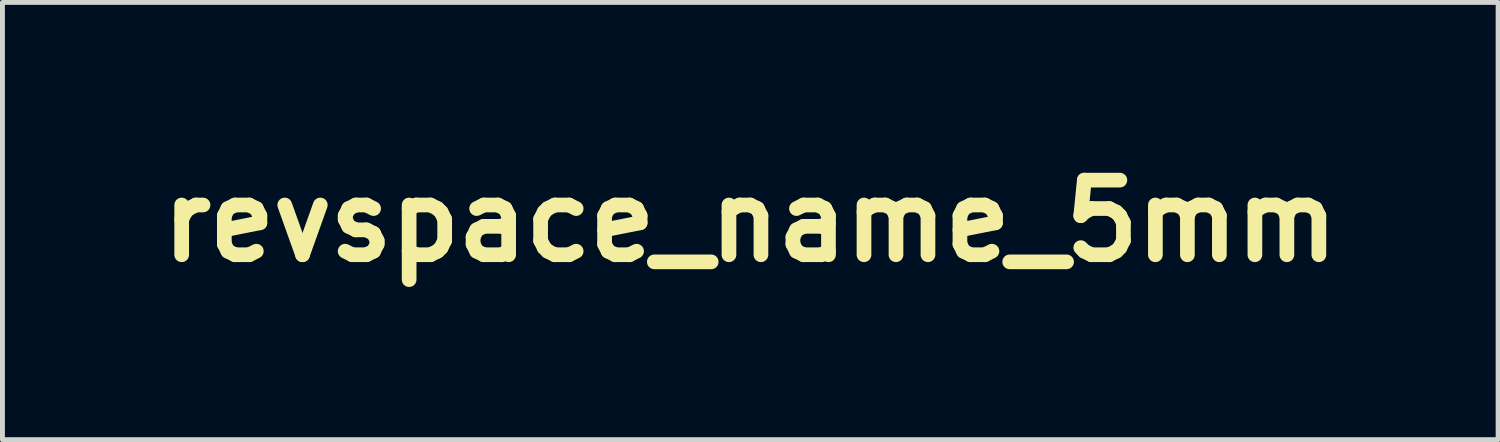
<source format=kicad_pcb>
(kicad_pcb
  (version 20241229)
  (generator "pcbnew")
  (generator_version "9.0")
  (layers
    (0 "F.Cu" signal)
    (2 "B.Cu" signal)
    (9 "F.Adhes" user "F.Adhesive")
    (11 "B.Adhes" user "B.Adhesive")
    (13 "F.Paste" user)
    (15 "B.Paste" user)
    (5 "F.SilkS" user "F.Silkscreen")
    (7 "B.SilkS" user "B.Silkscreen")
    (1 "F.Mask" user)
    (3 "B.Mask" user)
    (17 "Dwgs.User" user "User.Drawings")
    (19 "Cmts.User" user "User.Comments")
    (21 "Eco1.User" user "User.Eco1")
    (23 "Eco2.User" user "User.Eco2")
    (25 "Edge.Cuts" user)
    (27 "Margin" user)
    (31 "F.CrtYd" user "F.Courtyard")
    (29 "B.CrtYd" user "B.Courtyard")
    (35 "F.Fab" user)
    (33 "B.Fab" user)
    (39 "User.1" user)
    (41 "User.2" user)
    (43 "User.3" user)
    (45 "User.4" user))
  (footprint "revspace_name_5mm"
    (layer "F.Cu")
    (at 12.272 1.463)
    (property "Reference" "revspace_name_5mm" (at 0 0 0) (layer "F.SilkS") (effects (font (size 1.524 1.524) (thickness 0.3))))
    (attr through_hole)
    (fp_poly (pts (xy 1.538 0.361) (xy 1.605 0.398) (xy 1.644 0.452) (xy 1.651 0.494) (xy 1.632 0.553) (xy 1.585 0.604) (xy 1.522 0.637) (xy 1.456 0.646) (xy 1.419 0.635) (xy 1.382 0.603) (xy 1.384 0.562) (xy 1.426 0.511) (xy 1.428 0.509) (xy 1.46 0.471) (xy 1.47 0.443) (xy 1.469 0.441) (xy 1.439 0.427) (xy 1.384 0.424) (xy 1.319 0.432) (xy 1.262 0.449) (xy 1.253 0.453) (xy 1.173 0.511) (xy 1.104 0.589) (xy 1.049 0.68) (xy 1.011 0.776) (xy 0.995 0.867) (xy 1.002 0.946) (xy 1.036 1.004) (xy 1.037 1.005) (xy 1.097 1.033) (xy 1.177 1.036) (xy 1.266 1.014) (xy 1.351 0.971) (xy 1.372 0.956) (xy 1.44 0.907) (xy 1.483 0.891) (xy 1.502 0.906) (xy 1.503 0.917) (xy 1.486 0.948) (xy 1.443 0.992) (xy 1.383 1.04) (xy 1.317 1.083) (xy 1.26 1.112) (xy 1.192 1.13) (xy 1.103 1.14) (xy 1.01 1.14) (xy 0.931 1.132) (xy 0.9 1.123) (xy 0.826 1.074) (xy 0.782 1.003) (xy 0.768 0.916) (xy 0.78 0.819) (xy 0.818 0.718) (xy 0.879 0.618) (xy 0.961 0.526) (xy 1.064 0.446) (xy 1.123 0.412) (xy 1.235 0.368) (xy 1.346 0.345) (xy 1.449 0.343) (xy 1.538 0.361)) (stroke (width 0.01) (type solid)) (fill yes) (layer "F.Mask"))
    (fp_poly (pts (xy 0.798 -1.059) (xy 0.871 -1.054) (xy 0.924 -1.046) (xy 0.947 -1.035) (xy 0.947 -1.032) (xy 0.923 -1.011) (xy 0.873 -0.991) (xy 0.861 -0.988) (xy 0.824 -0.977) (xy 0.8 -0.961) (xy 0.787 -0.932) (xy 0.785 -0.884) (xy 0.791 -0.81) (xy 0.806 -0.702) (xy 0.811 -0.667) (xy 0.836 -0.499) (xy 1.021 -0.709) (xy 1.09 -0.789) (xy 1.147 -0.859) (xy 1.188 -0.913) (xy 1.206 -0.943) (xy 1.206 -0.946) (xy 1.188 -0.971) (xy 1.153 -0.986) (xy 1.108 -1.003) (xy 1.102 -1.019) (xy 1.133 -1.034) (xy 1.196 -1.046) (xy 1.289 -1.053) (xy 1.309 -1.054) (xy 1.404 -1.055) (xy 1.464 -1.053) (xy 1.495 -1.044) (xy 1.503 -1.032) (xy 1.485 -1.007) (xy 1.441 -0.981) (xy 1.43 -0.977) (xy 1.375 -0.944) (xy 1.296 -0.877) (xy 1.193 -0.775) (xy 1.068 -0.641) (xy 0.92 -0.473) (xy 0.899 -0.449) (xy 0.818 -0.359) (xy 0.757 -0.302) (xy 0.714 -0.278) (xy 0.704 -0.276) (xy 0.667 -0.283) (xy 0.656 -0.296) (xy 0.653 -0.324) (xy 0.646 -0.386) (xy 0.634 -0.473) (xy 0.62 -0.579) (xy 0.613 -0.63) (xy 0.594 -0.759) (xy 0.577 -0.853) (xy 0.56 -0.917) (xy 0.54 -0.958) (xy 0.516 -0.984) (xy 0.484 -0.999) (xy 0.48 -1.001) (xy 0.469 -1.021) (xy 0.474 -1.033) (xy 0.5 -1.045) (xy 0.555 -1.053) (xy 0.63 -1.058) (xy 0.714 -1.06) (xy 0.798 -1.059)) (stroke (width 0.01) (type solid)) (fill yes) (layer "F.Mask"))
    (fp_poly (pts (xy 2.316 0.347) (xy 2.362 0.366) (xy 2.392 0.385) (xy 2.459 0.455) (xy 2.493 0.546) (xy 2.49 0.653) (xy 2.486 0.672) (xy 2.466 0.751) (xy 2.139 0.762) (xy 1.811 0.773) (xy 1.793 0.836) (xy 1.785 0.92) (xy 1.81 0.985) (xy 1.862 1.029) (xy 1.935 1.051) (xy 2.024 1.049) (xy 2.123 1.022) (xy 2.227 0.968) (xy 2.237 0.961) (xy 2.305 0.92) (xy 2.354 0.901) (xy 2.378 0.905) (xy 2.374 0.93) (xy 2.34 0.973) (xy 2.227 1.06) (xy 2.088 1.115) (xy 1.926 1.137) (xy 1.817 1.136) (xy 1.74 1.124) (xy 1.702 1.109) (xy 1.622 1.047) (xy 1.579 0.966) (xy 1.573 0.868) (xy 1.605 0.754) (xy 1.61 0.741) (xy 1.664 0.653) (xy 1.863 0.653) (xy 1.863 0.653) (xy 1.882 0.666) (xy 1.94 0.674) (xy 2.038 0.677) (xy 2.063 0.677) (xy 2.158 0.676) (xy 2.22 0.672) (xy 2.256 0.664) (xy 2.277 0.649) (xy 2.285 0.636) (xy 2.304 0.576) (xy 2.305 0.51) (xy 2.289 0.458) (xy 2.282 0.449) (xy 2.246 0.433) (xy 2.187 0.424) (xy 2.162 0.423) (xy 2.108 0.427) (xy 2.065 0.441) (xy 2.02 0.474) (xy 1.965 0.526) (xy 1.914 0.581) (xy 1.877 0.627) (xy 1.863 0.653) (xy 1.664 0.653) (xy 1.693 0.606) (xy 1.807 0.494) (xy 1.943 0.408) (xy 2.094 0.356) (xy 2.18 0.344) (xy 2.261 0.341) (xy 2.316 0.347)) (stroke (width 0.01) (type solid)) (fill yes) (layer "F.Mask"))
    (fp_poly (pts (xy 0.249 -1.06) (xy 0.34 -1.017) (xy 0.399 -0.949) (xy 0.423 -0.857) (xy 0.423 -0.839) (xy 0.423 -0.771) (xy 0.418 -0.723) (xy 0.404 -0.69) (xy 0.373 -0.671) (xy 0.321 -0.66) (xy 0.24 -0.657) (xy 0.125 -0.656) (xy 0.073 -0.656) (xy -0.252 -0.656) (xy -0.273 -0.58) (xy -0.282 -0.493) (xy -0.259 -0.423) (xy -0.214 -0.382) (xy -0.134 -0.361) (xy -0.036 -0.367) (xy 0.069 -0.397) (xy 0.169 -0.448) (xy 0.228 -0.493) (xy 0.266 -0.521) (xy 0.292 -0.519) (xy 0.302 -0.51) (xy 0.313 -0.487) (xy 0.295 -0.458) (xy 0.265 -0.43) (xy 0.155 -0.357) (xy 0.027 -0.303) (xy -0.105 -0.271) (xy -0.23 -0.265) (xy -0.291 -0.274) (xy -0.393 -0.317) (xy -0.463 -0.383) (xy -0.498 -0.47) (xy -0.496 -0.571) (xy -0.486 -0.606) (xy -0.424 -0.739) (xy -0.422 -0.742) (xy -0.212 -0.742) (xy -0.193 -0.729) (xy -0.142 -0.721) (xy -0.072 -0.719) (xy 0.009 -0.722) (xy 0.088 -0.729) (xy 0.156 -0.74) (xy 0.201 -0.754) (xy 0.213 -0.763) (xy 0.228 -0.812) (xy 0.232 -0.876) (xy 0.224 -0.936) (xy 0.207 -0.969) (xy 0.161 -0.99) (xy 0.093 -0.993) (xy 0.018 -0.978) (xy -0.035 -0.954) (xy -0.088 -0.913) (xy -0.142 -0.857) (xy -0.186 -0.8) (xy -0.21 -0.753) (xy -0.212 -0.742) (xy -0.422 -0.742) (xy -0.334 -0.855) (xy -0.222 -0.951) (xy -0.095 -1.023) (xy 0.038 -1.065) (xy 0.172 -1.073) (xy 0.249 -1.06)) (stroke (width 0.01) (type solid)) (fill yes) (layer "F.Mask"))
    (fp_poly (pts (xy 0.56 0.355) (xy 0.65 0.374) (xy 0.706 0.408) (xy 0.733 0.458) (xy 0.736 0.476) (xy 0.731 0.524) (xy 0.711 0.601) (xy 0.68 0.697) (xy 0.657 0.758) (xy 0.614 0.87) (xy 0.587 0.948) (xy 0.575 0.998) (xy 0.579 1.025) (xy 0.598 1.035) (xy 0.632 1.033) (xy 0.646 1.031) (xy 0.701 1.028) (xy 0.717 1.043) (xy 0.695 1.072) (xy 0.669 1.091) (xy 0.6 1.122) (xy 0.527 1.136) (xy 0.458 1.133) (xy 0.407 1.113) (xy 0.382 1.077) (xy 0.381 1.068) (xy 0.38 1.048) (xy 0.372 1.041) (xy 0.348 1.046) (xy 0.298 1.067) (xy 0.251 1.088) (xy 0.113 1.135) (xy -0.021 1.153) (xy -0.126 1.143) (xy -0.204 1.11) (xy -0.244 1.06) (xy -0.246 0.992) (xy -0.238 0.975) (xy -0.029 0.975) (xy -0.014 1.019) (xy 0.029 1.048) (xy 0.096 1.057) (xy 0.182 1.042) (xy 0.227 1.026) (xy 0.289 0.995) (xy 0.34 0.962) (xy 0.345 0.957) (xy 0.376 0.92) (xy 0.412 0.865) (xy 0.444 0.807) (xy 0.463 0.761) (xy 0.466 0.749) (xy 0.447 0.743) (xy 0.398 0.746) (xy 0.329 0.754) (xy 0.252 0.769) (xy 0.188 0.784) (xy 0.116 0.813) (xy 0.05 0.854) (xy 0.046 0.858) (xy -0.01 0.92) (xy -0.029 0.975) (xy -0.238 0.975) (xy -0.212 0.916) (xy -0.151 0.851) (xy -0.052 0.791) (xy 0.08 0.739) (xy 0.241 0.696) (xy 0.407 0.667) (xy 0.469 0.656) (xy 0.502 0.638) (xy 0.522 0.6) (xy 0.533 0.568) (xy 0.547 0.511) (xy 0.545 0.479) (xy 0.523 0.456) (xy 0.519 0.453) (xy 0.466 0.432) (xy 0.389 0.424) (xy 0.308 0.429) (xy 0.245 0.444) (xy 0.204 0.472) (xy 0.191 0.52) (xy 0.191 0.528) (xy 0.174 0.587) (xy 0.132 0.629) (xy 0.077 0.652) (xy 0.021 0.649) (xy -0.024 0.617) (xy -0.028 0.611) (xy -0.035 0.564) (xy -0.005 0.51) (xy 0.057 0.456) (xy 0.145 0.406) (xy 0.222 0.375) (xy 0.297 0.358) (xy 0.387 0.351) (xy 0.434 0.35) (xy 0.56 0.355)) (stroke (width 0.01) (type solid)) (fill yes) (layer "F.Mask"))
    (fp_poly (pts (xy -0.412 0.348) (xy -0.316 0.382) (xy -0.251 0.437) (xy -0.215 0.509) (xy -0.204 0.594) (xy -0.218 0.687) (xy -0.254 0.782) (xy -0.309 0.876) (xy -0.382 0.963) (xy -0.469 1.039) (xy -0.57 1.099) (xy -0.681 1.138) (xy -0.79 1.151) (xy -0.864 1.15) (xy -0.91 1.14) (xy -0.944 1.117) (xy -0.963 1.096) (xy -1.012 1.04) (xy -1.067 1.188) (xy -1.1 1.28) (xy -1.117 1.341) (xy -1.116 1.376) (xy -1.098 1.392) (xy -1.062 1.397) (xy -1.048 1.397) (xy -0.999 1.401) (xy -0.984 1.417) (xy -0.987 1.429) (xy -1 1.442) (xy -1.03 1.452) (xy -1.084 1.457) (xy -1.168 1.46) (xy -1.261 1.46) (xy -1.371 1.46) (xy -1.445 1.457) (xy -1.489 1.452) (xy -1.509 1.444) (xy -1.511 1.431) (xy -1.51 1.429) (xy -1.482 1.404) (xy -1.449 1.397) (xy -1.395 1.392) (xy -1.368 1.384) (xy -1.353 1.363) (xy -1.326 1.309) (xy -1.289 1.229) (xy -1.246 1.13) (xy -1.199 1.02) (xy -1.156 0.916) (xy -0.931 0.916) (xy -0.915 0.989) (xy -0.869 1.037) (xy -0.803 1.058) (xy -0.724 1.05) (xy -0.639 1.011) (xy -0.633 1.007) (xy -0.572 0.949) (xy -0.511 0.863) (xy -0.458 0.763) (xy -0.421 0.663) (xy -0.411 0.617) (xy -0.411 0.533) (xy -0.442 0.476) (xy -0.505 0.448) (xy -0.548 0.445) (xy -0.642 0.464) (xy -0.731 0.519) (xy -0.812 0.6) (xy -0.876 0.7) (xy -0.918 0.811) (xy -0.931 0.916) (xy -1.156 0.916) (xy -1.151 0.904) (xy -1.104 0.79) (xy -1.063 0.684) (xy -1.029 0.594) (xy -1.005 0.527) (xy -0.995 0.489) (xy -0.995 0.486) (xy -1.013 0.472) (xy -1.058 0.466) (xy -1.06 0.466) (xy -1.106 0.46) (xy -1.119 0.44) (xy -1.118 0.429) (xy -1.108 0.41) (xy -1.081 0.398) (xy -1.03 0.39) (xy -0.946 0.386) (xy -0.935 0.385) (xy -0.849 0.383) (xy -0.798 0.384) (xy -0.773 0.391) (xy -0.768 0.405) (xy -0.773 0.426) (xy -0.788 0.472) (xy -0.727 0.429) (xy -0.643 0.384) (xy -0.544 0.355) (xy -0.449 0.345) (xy -0.412 0.348)) (stroke (width 0.01) (type solid)) (fill yes) (layer "F.Mask"))
    (fp_poly (pts (xy -1.061 -0.058) (xy -1.058 -0.049) (xy -1.065 -0.024) (xy -1.081 0.033) (xy -1.106 0.111) (xy -1.127 0.174) (xy -1.159 0.269) (xy -1.183 0.33) (xy -1.203 0.363) (xy -1.222 0.376) (xy -1.238 0.377) (xy -1.267 0.363) (xy -1.284 0.325) (xy -1.292 0.275) (xy -1.314 0.173) (xy -1.353 0.104) (xy -1.414 0.058) (xy -1.43 0.051) (xy -1.533 0.024) (xy -1.64 0.023) (xy -1.742 0.044) (xy -1.832 0.085) (xy -1.9 0.142) (xy -1.94 0.212) (xy -1.947 0.258) (xy -1.941 0.298) (xy -1.918 0.33) (xy -1.873 0.359) (xy -1.8 0.387) (xy -1.694 0.417) (xy -1.63 0.433) (xy -1.532 0.459) (xy -1.446 0.487) (xy -1.381 0.512) (xy -1.355 0.526) (xy -1.296 0.592) (xy -1.272 0.672) (xy -1.281 0.762) (xy -1.321 0.854) (xy -1.389 0.943) (xy -1.483 1.024) (xy -1.569 1.076) (xy -1.657 1.117) (xy -1.737 1.14) (xy -1.829 1.153) (xy -1.875 1.156) (xy -2.003 1.157) (xy -2.098 1.143) (xy -2.125 1.134) (xy -2.182 1.11) (xy -2.223 1.086) (xy -2.229 1.081) (xy -2.277 1.059) (xy -2.33 1.075) (xy -2.36 1.101) (xy -2.407 1.133) (xy -2.448 1.143) (xy -2.482 1.142) (xy -2.494 1.131) (xy -2.487 1.101) (xy -2.469 1.056) (xy -2.447 1) (xy -2.417 0.921) (xy -2.384 0.836) (xy -2.382 0.831) (xy -2.348 0.748) (xy -2.321 0.7) (xy -2.295 0.679) (xy -2.284 0.677) (xy -2.258 0.685) (xy -2.246 0.715) (xy -2.244 0.764) (xy -2.227 0.881) (xy -2.177 0.972) (xy -2.096 1.035) (xy -1.987 1.07) (xy -1.851 1.074) (xy -1.851 1.074) (xy -1.718 1.049) (xy -1.606 0.998) (xy -1.523 0.927) (xy -1.502 0.898) (xy -1.468 0.832) (xy -1.46 0.778) (xy -1.481 0.735) (xy -1.534 0.698) (xy -1.622 0.664) (xy -1.749 0.629) (xy -1.769 0.625) (xy -1.916 0.586) (xy -2.025 0.547) (xy -2.099 0.504) (xy -2.142 0.455) (xy -2.157 0.396) (xy -2.148 0.323) (xy -2.141 0.3) (xy -2.085 0.184) (xy -1.994 0.087) (xy -1.875 0.011) (xy -1.732 -0.038) (xy -1.59 -0.058) (xy -1.501 -0.061) (xy -1.438 -0.056) (xy -1.386 -0.041) (xy -1.332 -0.015) (xy -1.236 0.037) (xy -1.178 -0.013) (xy -1.128 -0.048) (xy -1.086 -0.063) (xy -1.061 -0.058)) (stroke (width 0.01) (type solid)) (fill yes) (layer "F.Mask"))
    (fp_poly (pts (xy -0.854 -1.457) (xy -0.743 -1.453) (xy -0.658 -1.444) (xy -0.592 -1.43) (xy -0.541 -1.411) (xy -0.504 -1.39) (xy -0.445 -1.33) (xy -0.423 -1.261) (xy -0.433 -1.186) (xy -0.472 -1.11) (xy -0.536 -1.038) (xy -0.623 -0.976) (xy -0.729 -0.927) (xy -0.849 -0.897) (xy -0.856 -0.896) (xy -0.954 -0.883) (xy -0.889 -0.844) (xy -0.836 -0.8) (xy -0.805 -0.743) (xy -0.793 -0.663) (xy -0.798 -0.559) (xy -0.803 -0.477) (xy -0.799 -0.428) (xy -0.785 -0.403) (xy -0.782 -0.402) (xy -0.738 -0.396) (xy -0.689 -0.426) (xy -0.646 -0.486) (xy -0.645 -0.487) (xy -0.615 -0.525) (xy -0.578 -0.548) (xy -0.545 -0.553) (xy -0.529 -0.535) (xy -0.529 -0.532) (xy -0.545 -0.491) (xy -0.584 -0.436) (xy -0.639 -0.378) (xy -0.697 -0.327) (xy -0.747 -0.295) (xy -0.831 -0.264) (xy -0.9 -0.259) (xy -0.974 -0.277) (xy -0.979 -0.279) (xy -1.025 -0.308) (xy -1.05 -0.36) (xy -1.053 -0.437) (xy -1.037 -0.548) (xy -1.037 -0.549) (xy -1.019 -0.647) (xy -1.013 -0.714) (xy -1.02 -0.76) (xy -1.042 -0.793) (xy -1.061 -0.811) (xy -1.105 -0.835) (xy -1.168 -0.843) (xy -1.226 -0.842) (xy -1.344 -0.836) (xy -1.427 -0.617) (xy -1.465 -0.513) (xy -1.486 -0.442) (xy -1.489 -0.397) (xy -1.471 -0.372) (xy -1.433 -0.362) (xy -1.38 -0.36) (xy -1.335 -0.357) (xy -1.323 -0.344) (xy -1.333 -0.318) (xy -1.345 -0.301) (xy -1.363 -0.29) (xy -1.396 -0.282) (xy -1.449 -0.278) (xy -1.529 -0.276) (xy -1.643 -0.275) (xy -1.674 -0.275) (xy -1.797 -0.276) (xy -1.883 -0.277) (xy -1.939 -0.281) (xy -1.971 -0.287) (xy -1.984 -0.296) (xy -1.986 -0.31) (xy -1.986 -0.312) (xy -1.967 -0.339) (xy -1.917 -0.355) (xy -1.878 -0.361) (xy -1.815 -0.372) (xy -1.769 -0.386) (xy -1.758 -0.393) (xy -1.743 -0.419) (xy -1.717 -0.478) (xy -1.682 -0.562) (xy -1.64 -0.665) (xy -1.595 -0.779) (xy -1.549 -0.899) (xy -1.528 -0.955) (xy -1.29 -0.955) (xy -1.272 -0.94) (xy -1.222 -0.932) (xy -1.151 -0.932) (xy -1.068 -0.938) (xy -0.984 -0.95) (xy -0.909 -0.967) (xy -0.857 -0.985) (xy -0.769 -1.048) (xy -0.707 -1.132) (xy -0.678 -1.227) (xy -0.677 -1.249) (xy -0.683 -1.306) (xy -0.706 -1.337) (xy -0.737 -1.353) (xy -0.789 -1.365) (xy -0.868 -1.371) (xy -0.96 -1.372) (xy -0.964 -1.372) (xy -1.132 -1.365) (xy -1.211 -1.175) (xy -1.245 -1.09) (xy -1.272 -1.018) (xy -1.288 -0.969) (xy -1.29 -0.955) (xy -1.528 -0.955) (xy -1.504 -1.018) (xy -1.463 -1.128) (xy -1.429 -1.224) (xy -1.403 -1.299) (xy -1.389 -1.345) (xy -1.388 -1.357) (xy -1.415 -1.369) (xy -1.467 -1.375) (xy -1.484 -1.376) (xy -1.539 -1.379) (xy -1.562 -1.392) (xy -1.562 -1.413) (xy -1.556 -1.426) (xy -1.54 -1.436) (xy -1.507 -1.443) (xy -1.453 -1.448) (xy -1.372 -1.452) (xy -1.256 -1.455) (xy -1.174 -1.456) (xy -0.996 -1.458) (xy -0.854 -1.457)) (stroke (width 0.01) (type solid)) (fill yes) (layer "F.Mask")))
  (gr_rect
    (start -3 -3)
    (end 27.544 5.929)
    (stroke (width 0.1) (type default))
    (fill no)
    (layer "Edge.Cuts")))
</source>
